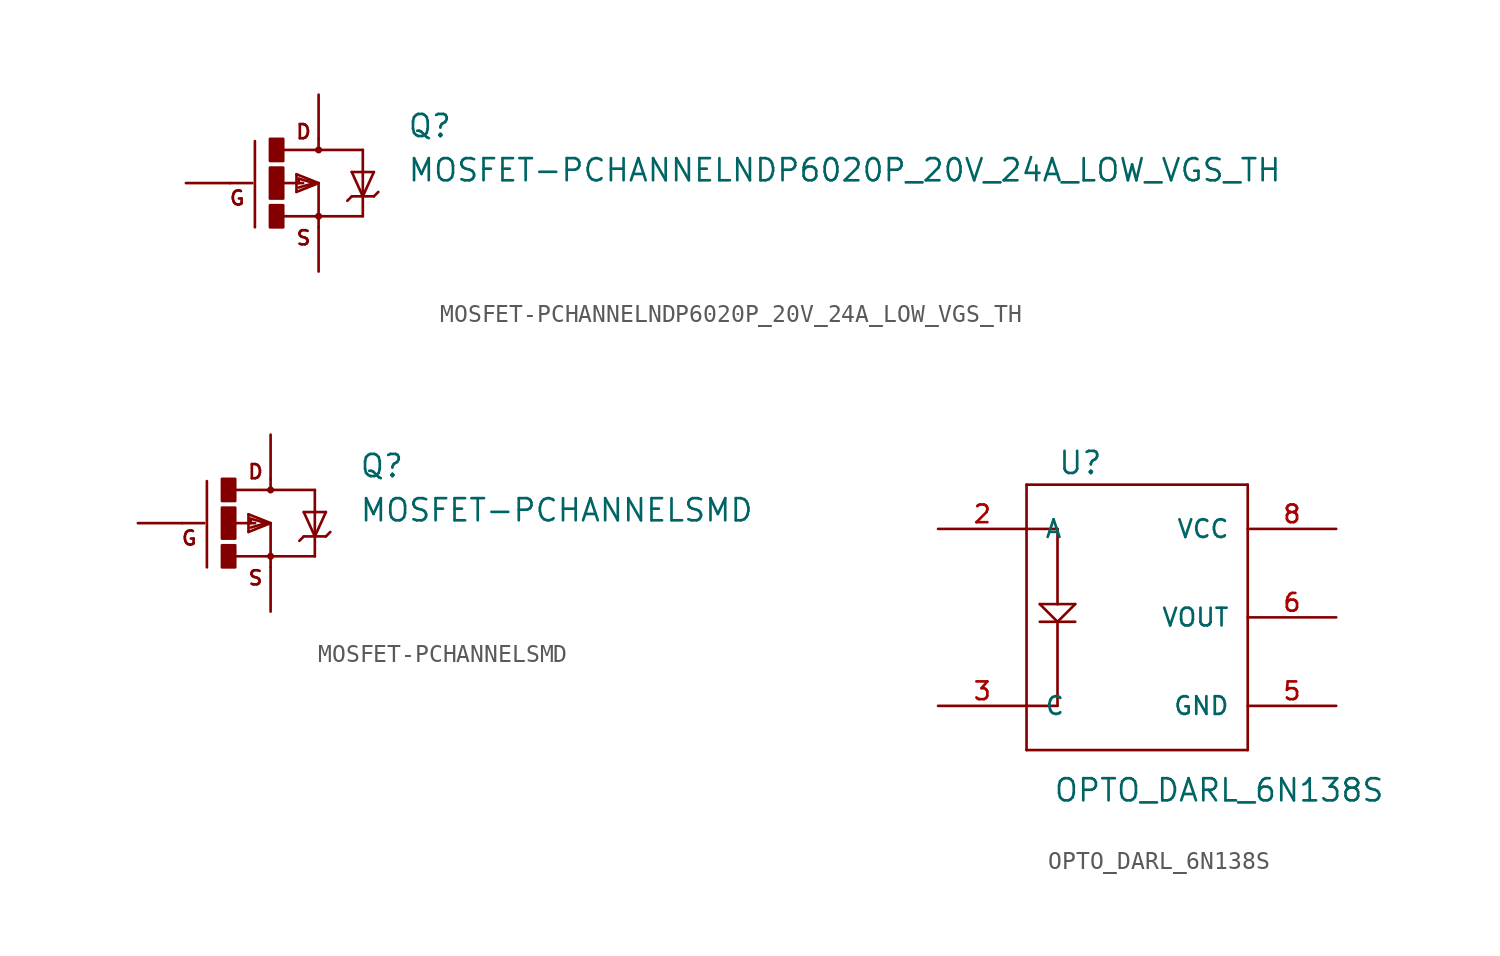
<source format=kicad_sym>
(kicad_symbol_lib
  (version 20211014)
  (generator kicad_symbol_editor)
  (symbol "MOSFET-PCHANNELNDP6020P_20V_24A_LOW_VGS_TH"
    (pin_numbers hide)
    (pin_names
      (offset 1.016) hide)
    (property "Reference" "Q"
      (at 5.08 2.54 0)
      (effects (font (size 1.27 1.27)) (justify left bottom)))
    (property "Value" "MOSFET-PCHANNELNDP6020P_20V_24A_LOW_VGS_TH"
      (at 5.08 0 0)
      (effects (font (size 1.27 1.27)) (justify left bottom)))
    (property "ki_locked" ""
      (at 0 0 0)
      (effects (font (size 1.27 1.27))))
    (symbol "MOSFET-PCHANNELNDP6020P_20V_24A_LOW_VGS_TH_1_0"
      (polyline (pts (xy -3.81 0) (xy -5.08 0)) (stroke (width 0) (type default) (color 0 0 0 0)) (fill (type none)))
      (polyline (pts (xy -3.658 2.413) (xy -3.658 -2.54)) (stroke (width 0) (type default) (color 0 0 0 0)) (fill (type none)))
      (polyline (pts (xy -2.032 -1.905) (xy 0 -1.905)) (stroke (width 0) (type default) (color 0 0 0 0)) (fill (type none)))
      (polyline (pts (xy -1.27 -0.508) (xy 0 0)) (stroke (width 0) (type default) (color 0 0 0 0)) (fill (type none)))
      (polyline (pts (xy -1.27 0.508) (xy -1.27 -0.508)) (stroke (width 0) (type default) (color 0 0 0 0)) (fill (type none)))
      (polyline (pts (xy -1.143 -0.254) (xy -0.254 0)) (stroke (width 0) (type default) (color 0 0 0 0)) (fill (type none)))
      (polyline (pts (xy -1.143 0) (xy -2.032 0)) (stroke (width 0) (type default) (color 0 0 0 0)) (fill (type none)))
      (polyline (pts (xy -1.143 0) (xy -0.889 0)) (stroke (width 0) (type default) (color 0 0 0 0)) (fill (type none)))
      (polyline (pts (xy -1.143 0.254) (xy -1.143 0)) (stroke (width 0) (type default) (color 0 0 0 0)) (fill (type none)))
      (polyline (pts (xy -0.254 0) (xy -1.143 0.254)) (stroke (width 0) (type default) (color 0 0 0 0)) (fill (type none)))
      (polyline (pts (xy 0 -1.905) (xy 0 -2.54)) (stroke (width 0) (type default) (color 0 0 0 0)) (fill (type none)))
      (polyline (pts (xy 0 0) (xy -1.27 0.508)) (stroke (width 0) (type default) (color 0 0 0 0)) (fill (type none)))
      (polyline (pts (xy 0 0) (xy 0 -1.905)) (stroke (width 0) (type default) (color 0 0 0 0)) (fill (type none)))
      (polyline (pts (xy 0 1.905) (xy -2.007 1.905)) (stroke (width 0) (type default) (color 0 0 0 0)) (fill (type none)))
      (polyline (pts (xy 0 1.905) (xy 2.54 1.905)) (stroke (width 0) (type default) (color 0 0 0 0)) (fill (type none)))
      (polyline (pts (xy 0 2.54) (xy 0 1.905)) (stroke (width 0) (type default) (color 0 0 0 0)) (fill (type none)))
      (polyline (pts (xy 1.905 -0.762) (xy 1.651 -1.016)) (stroke (width 0) (type default) (color 0 0 0 0)) (fill (type none)))
      (polyline (pts (xy 1.905 0.635) (xy 2.54 -0.762)) (stroke (width 0) (type default) (color 0 0 0 0)) (fill (type none)))
      (polyline (pts (xy 2.54 -1.905) (xy 0 -1.905)) (stroke (width 0) (type default) (color 0 0 0 0)) (fill (type none)))
      (polyline (pts (xy 2.54 -1.905) (xy 2.54 -0.762)) (stroke (width 0) (type default) (color 0 0 0 0)) (fill (type none)))
      (polyline (pts (xy 2.54 -0.762) (xy 1.905 -0.762)) (stroke (width 0) (type default) (color 0 0 0 0)) (fill (type none)))
      (polyline (pts (xy 2.54 -0.762) (xy 2.54 1.905)) (stroke (width 0) (type default) (color 0 0 0 0)) (fill (type none)))
      (polyline (pts (xy 2.54 -0.762) (xy 3.175 0.635)) (stroke (width 0) (type default) (color 0 0 0 0)) (fill (type none)))
      (polyline (pts (xy 3.175 -0.762) (xy 2.54 -0.762)) (stroke (width 0) (type default) (color 0 0 0 0)) (fill (type none)))
      (polyline (pts (xy 3.175 -0.762) (xy 3.429 -0.508)) (stroke (width 0) (type default) (color 0 0 0 0)) (fill (type none)))
      (polyline (pts (xy 3.175 0.635) (xy 1.905 0.635)) (stroke (width 0) (type default) (color 0 0 0 0)) (fill (type none)))
      (text "D" (at -0.864 2.946 0) (effects (font (size 0.813 0.813))))
      (text "G" (at -4.674 -0.864 0) (effects (font (size 0.813 0.813))))
      (text "S" (at -0.864 -3.15 0) (effects (font (size 0.813 0.813)))))
    (symbol "MOSFET-PCHANNELNDP6020P_20V_24A_LOW_VGS_TH_1_1"
      (rectangle (start -2.794 -2.54) (end -2.032 -1.27) (stroke (width 0) (type default) (color 0 0 0 0)) (fill (type outline)))
      (rectangle (start -2.794 -0.889) (end -2.032 0.889) (stroke (width 0) (type default) (color 0 0 0 0)) (fill (type outline)))
      (rectangle (start -2.794 1.27) (end -2.032 2.54) (stroke (width 0) (type default) (color 0 0 0 0)) (fill (type outline)))
      (circle (center 0 -1.905) (radius 0.127) (stroke (width 0) (type default) (color 0 0 0 0)) (fill (type outline)))
      (circle (center 0 1.905) (radius 0.127) (stroke (width 0) (type default) (color 0 0 0 0)) (fill (type outline)))
      (pin passive line (at -7.62 0 0) (length 2.54) (name "G" (effects (font (size 1.016 1.016)))) (number "1" (effects (font (size 1.016 1.016)))))
      (pin passive line (at 0 5.08 270) (length 2.54) (name "D" (effects (font (size 1.016 1.016)))) (number "2" (effects (font (size 1.016 1.016)))))
      (pin passive line (at 0 -5.08 90) (length 2.54) (name "S" (effects (font (size 1.016 1.016)))) (number "3" (effects (font (size 1.016 1.016)))))))
  (symbol "MOSFET-PCHANNELSMD"
    (pin_numbers hide)
    (pin_names
      (offset 1.016) hide)
    (property "Reference" "Q"
      (at 5.08 2.54 0)
      (effects (font (size 1.27 1.27)) (justify left bottom)))
    (property "Value" "MOSFET-PCHANNELSMD"
      (at 5.08 0 0)
      (effects (font (size 1.27 1.27)) (justify left bottom)))
    (property "ki_locked" ""
      (at 0 0 0)
      (effects (font (size 1.27 1.27))))
    (symbol "MOSFET-PCHANNELSMD_1_0"
      (polyline (pts (xy -3.81 0) (xy -5.08 0)) (stroke (width 0) (type default) (color 0 0 0 0)) (fill (type none)))
      (polyline (pts (xy -3.658 2.413) (xy -3.658 -2.54)) (stroke (width 0) (type default) (color 0 0 0 0)) (fill (type none)))
      (polyline (pts (xy -2.032 -1.905) (xy 0 -1.905)) (stroke (width 0) (type default) (color 0 0 0 0)) (fill (type none)))
      (polyline (pts (xy -1.27 -0.508) (xy 0 0)) (stroke (width 0) (type default) (color 0 0 0 0)) (fill (type none)))
      (polyline (pts (xy -1.27 0.508) (xy -1.27 -0.508)) (stroke (width 0) (type default) (color 0 0 0 0)) (fill (type none)))
      (polyline (pts (xy -1.143 -0.254) (xy -0.254 0)) (stroke (width 0) (type default) (color 0 0 0 0)) (fill (type none)))
      (polyline (pts (xy -1.143 0) (xy -2.032 0)) (stroke (width 0) (type default) (color 0 0 0 0)) (fill (type none)))
      (polyline (pts (xy -1.143 0) (xy -0.889 0)) (stroke (width 0) (type default) (color 0 0 0 0)) (fill (type none)))
      (polyline (pts (xy -1.143 0.254) (xy -1.143 0)) (stroke (width 0) (type default) (color 0 0 0 0)) (fill (type none)))
      (polyline (pts (xy -0.254 0) (xy -1.143 0.254)) (stroke (width 0) (type default) (color 0 0 0 0)) (fill (type none)))
      (polyline (pts (xy 0 -1.905) (xy 0 -2.54)) (stroke (width 0) (type default) (color 0 0 0 0)) (fill (type none)))
      (polyline (pts (xy 0 0) (xy -1.27 0.508)) (stroke (width 0) (type default) (color 0 0 0 0)) (fill (type none)))
      (polyline (pts (xy 0 0) (xy 0 -1.905)) (stroke (width 0) (type default) (color 0 0 0 0)) (fill (type none)))
      (polyline (pts (xy 0 1.905) (xy -2.007 1.905)) (stroke (width 0) (type default) (color 0 0 0 0)) (fill (type none)))
      (polyline (pts (xy 0 1.905) (xy 2.54 1.905)) (stroke (width 0) (type default) (color 0 0 0 0)) (fill (type none)))
      (polyline (pts (xy 0 2.54) (xy 0 1.905)) (stroke (width 0) (type default) (color 0 0 0 0)) (fill (type none)))
      (polyline (pts (xy 1.905 -0.762) (xy 1.651 -1.016)) (stroke (width 0) (type default) (color 0 0 0 0)) (fill (type none)))
      (polyline (pts (xy 1.905 0.635) (xy 2.54 -0.762)) (stroke (width 0) (type default) (color 0 0 0 0)) (fill (type none)))
      (polyline (pts (xy 2.54 -1.905) (xy 0 -1.905)) (stroke (width 0) (type default) (color 0 0 0 0)) (fill (type none)))
      (polyline (pts (xy 2.54 -1.905) (xy 2.54 -0.762)) (stroke (width 0) (type default) (color 0 0 0 0)) (fill (type none)))
      (polyline (pts (xy 2.54 -0.762) (xy 1.905 -0.762)) (stroke (width 0) (type default) (color 0 0 0 0)) (fill (type none)))
      (polyline (pts (xy 2.54 -0.762) (xy 2.54 1.905)) (stroke (width 0) (type default) (color 0 0 0 0)) (fill (type none)))
      (polyline (pts (xy 2.54 -0.762) (xy 3.175 0.635)) (stroke (width 0) (type default) (color 0 0 0 0)) (fill (type none)))
      (polyline (pts (xy 3.175 -0.762) (xy 2.54 -0.762)) (stroke (width 0) (type default) (color 0 0 0 0)) (fill (type none)))
      (polyline (pts (xy 3.175 -0.762) (xy 3.429 -0.508)) (stroke (width 0) (type default) (color 0 0 0 0)) (fill (type none)))
      (polyline (pts (xy 3.175 0.635) (xy 1.905 0.635)) (stroke (width 0) (type default) (color 0 0 0 0)) (fill (type none)))
      (text "D" (at -0.864 2.946 0) (effects (font (size 0.813 0.813))))
      (text "G" (at -4.674 -0.864 0) (effects (font (size 0.813 0.813))))
      (text "S" (at -0.864 -3.15 0) (effects (font (size 0.813 0.813)))))
    (symbol "MOSFET-PCHANNELSMD_1_1"
      (rectangle (start -2.794 -2.54) (end -2.032 -1.27) (stroke (width 0) (type default) (color 0 0 0 0)) (fill (type outline)))
      (rectangle (start -2.794 -0.889) (end -2.032 0.889) (stroke (width 0) (type default) (color 0 0 0 0)) (fill (type outline)))
      (rectangle (start -2.794 1.27) (end -2.032 2.54) (stroke (width 0) (type default) (color 0 0 0 0)) (fill (type outline)))
      (circle (center 0 -1.905) (radius 0.127) (stroke (width 0) (type default) (color 0 0 0 0)) (fill (type outline)))
      (circle (center 0 1.905) (radius 0.127) (stroke (width 0) (type default) (color 0 0 0 0)) (fill (type outline)))
      (pin passive line (at -7.62 0 0) (length 2.54) (name "G" (effects (font (size 1.016 1.016)))) (number "1" (effects (font (size 1.016 1.016)))))
      (pin passive line (at 0 -5.08 90) (length 2.54) (name "S" (effects (font (size 1.016 1.016)))) (number "2" (effects (font (size 1.016 1.016)))))
      (pin passive line (at 0 5.08 270) (length 2.54) (name "D" (effects (font (size 1.016 1.016)))) (number "3" (effects (font (size 1.016 1.016)))))))
  (symbol "OPTO_DARL_6N138S"
    (pin_names
      (offset 1.016))
    (property "Reference" "U"
      (at -3.302 5.588 0)
      (effects (font (size 1.27 1.27)) (justify left bottom)))
    (property "Value" "OPTO_DARL_6N138S"
      (at -3.556 -13.208 0)
      (effects (font (size 1.27 1.27)) (justify left bottom)))
    (property "ki_locked" ""
      (at 0 0 0)
      (effects (font (size 1.27 1.27))))
    (symbol "OPTO_DARL_6N138S_1_0"
      (polyline (pts (xy -5.08 -10.16) (xy 7.62 -10.16)) (stroke (width 0) (type default) (color 0 0 0 0)) (fill (type none)))
      (polyline (pts (xy -5.08 -7.62) (xy -5.08 -10.16)) (stroke (width 0) (type default) (color 0 0 0 0)) (fill (type none)))
      (polyline (pts (xy -5.08 2.54) (xy -5.08 -7.62)) (stroke (width 0) (type default) (color 0 0 0 0)) (fill (type none)))
      (polyline (pts (xy -5.08 2.54) (xy -3.302 2.54)) (stroke (width 0) (type default) (color 0 0 0 0)) (fill (type none)))
      (polyline (pts (xy -5.08 5.08) (xy -5.08 2.54)) (stroke (width 0) (type default) (color 0 0 0 0)) (fill (type none)))
      (polyline (pts (xy -4.318 -2.794) (xy -3.302 -2.794)) (stroke (width 0) (type default) (color 0 0 0 0)) (fill (type none)))
      (polyline (pts (xy -4.318 -1.778) (xy -3.302 -2.794)) (stroke (width 0) (type default) (color 0 0 0 0)) (fill (type none)))
      (polyline (pts (xy -3.302 -7.62) (xy -5.08 -7.62)) (stroke (width 0) (type default) (color 0 0 0 0)) (fill (type none)))
      (polyline (pts (xy -3.302 -2.794) (xy -3.302 -7.62)) (stroke (width 0) (type default) (color 0 0 0 0)) (fill (type none)))
      (polyline (pts (xy -3.302 -2.794) (xy -2.286 -2.794)) (stroke (width 0) (type default) (color 0 0 0 0)) (fill (type none)))
      (polyline (pts (xy -3.302 -2.794) (xy -2.286 -1.778)) (stroke (width 0) (type default) (color 0 0 0 0)) (fill (type none)))
      (polyline (pts (xy -3.302 -1.778) (xy -4.318 -1.778)) (stroke (width 0) (type default) (color 0 0 0 0)) (fill (type none)))
      (polyline (pts (xy -3.302 -1.778) (xy -2.286 -1.778)) (stroke (width 0) (type default) (color 0 0 0 0)) (fill (type none)))
      (polyline (pts (xy -3.302 2.54) (xy -3.302 -1.778)) (stroke (width 0) (type default) (color 0 0 0 0)) (fill (type none)))
      (polyline (pts (xy 7.62 -10.16) (xy 7.62 5.08)) (stroke (width 0) (type default) (color 0 0 0 0)) (fill (type none)))
      (polyline (pts (xy 7.62 5.08) (xy -5.08 5.08)) (stroke (width 0) (type default) (color 0 0 0 0)) (fill (type none))))
    (symbol "OPTO_DARL_6N138S_1_1"
      (pin bidirectional line (at -10.16 2.54 0) (length 5.08) (name "A" (effects (font (size 1.016 1.016)))) (number "2" (effects (font (size 1.016 1.016)))))
      (pin bidirectional line (at -10.16 -7.62 0) (length 5.08) (name "C" (effects (font (size 1.016 1.016)))) (number "3" (effects (font (size 1.016 1.016)))))
      (pin bidirectional line (at 12.7 -7.62 180) (length 5.08) (name "GND" (effects (font (size 1.016 1.016)))) (number "5" (effects (font (size 1.016 1.016)))))
      (pin bidirectional line (at 12.7 -2.54 180) (length 5.08) (name "VOUT" (effects (font (size 1.016 1.016)))) (number "6" (effects (font (size 1.016 1.016)))))
      (pin bidirectional line (at 12.7 2.54 180) (length 5.08) (name "VCC" (effects (font (size 1.016 1.016)))) (number "8" (effects (font (size 1.016 1.016))))))))
</source>
